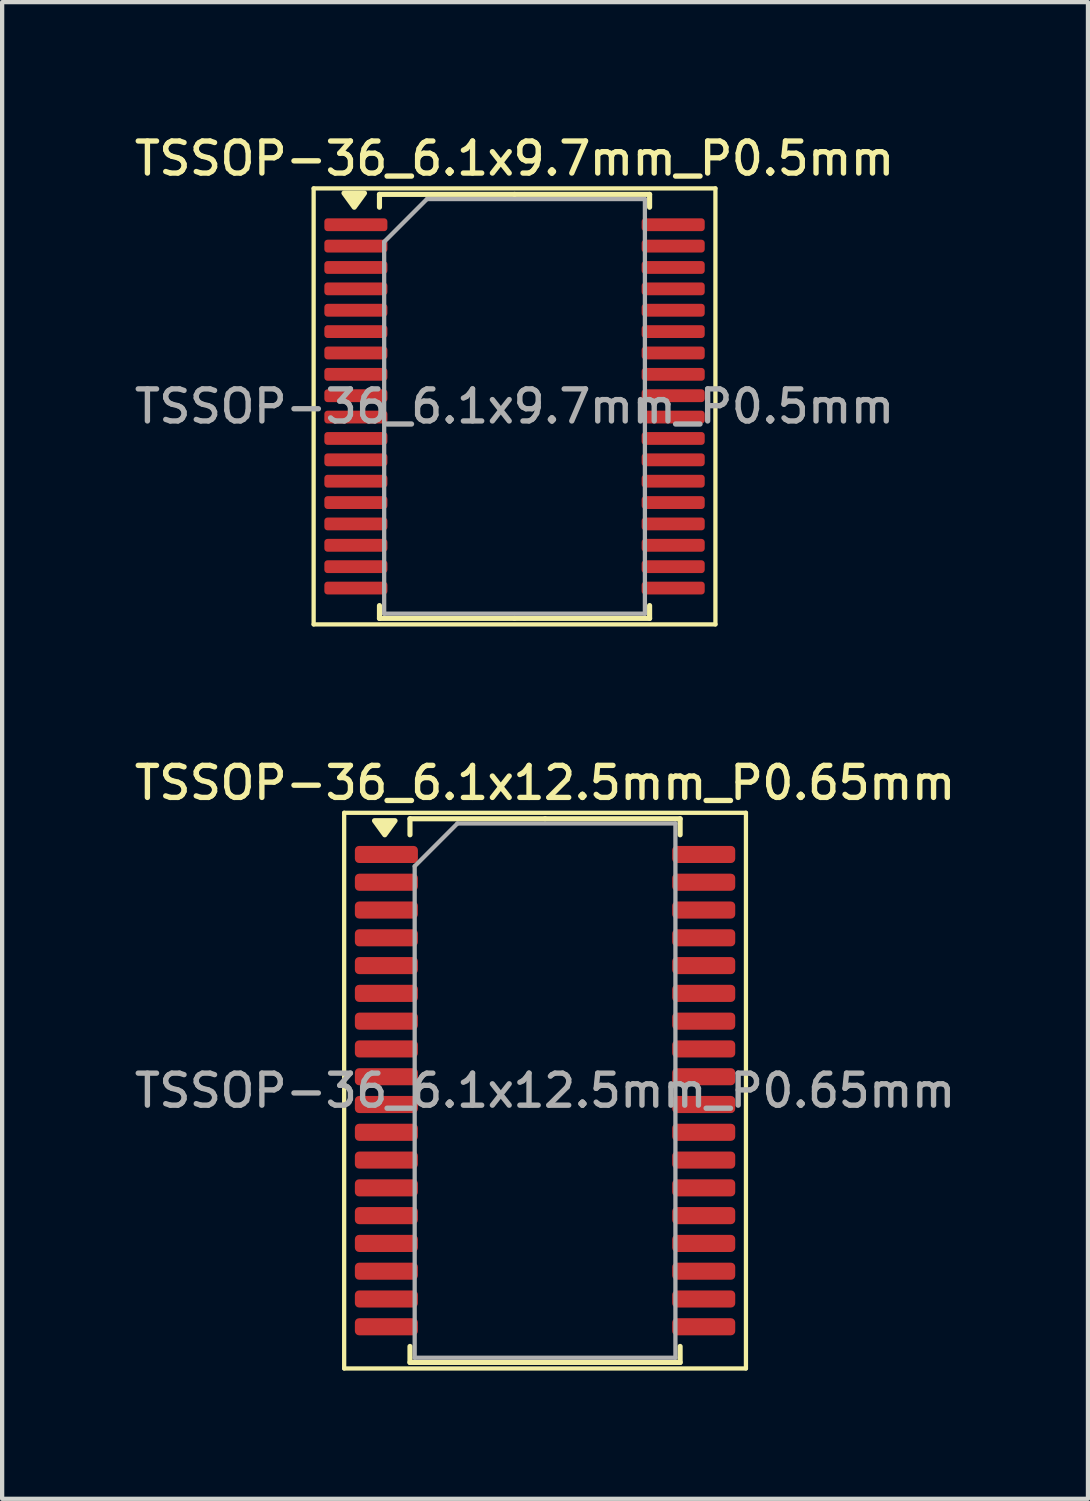
<source format=kicad_pcb>
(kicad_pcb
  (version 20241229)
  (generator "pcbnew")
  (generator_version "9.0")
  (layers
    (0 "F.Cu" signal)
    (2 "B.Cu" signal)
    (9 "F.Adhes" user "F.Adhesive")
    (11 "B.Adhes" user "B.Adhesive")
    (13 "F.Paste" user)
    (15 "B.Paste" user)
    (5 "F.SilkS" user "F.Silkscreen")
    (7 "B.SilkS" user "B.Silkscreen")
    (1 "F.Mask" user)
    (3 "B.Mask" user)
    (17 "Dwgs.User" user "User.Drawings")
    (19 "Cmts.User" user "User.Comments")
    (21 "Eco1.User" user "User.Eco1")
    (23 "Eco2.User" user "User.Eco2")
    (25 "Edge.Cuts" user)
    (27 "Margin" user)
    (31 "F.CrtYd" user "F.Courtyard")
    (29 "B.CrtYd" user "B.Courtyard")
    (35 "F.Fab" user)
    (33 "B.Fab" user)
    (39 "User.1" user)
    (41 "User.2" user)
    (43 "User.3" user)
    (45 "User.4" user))
  (footprint "TSSOP-36_6.1x9.7mm_P0.5mm"
    (layer "F.Cu")
    (at 8.988 6.458)
    (property "Reference" "TSSOP-36_6.1x9.7mm_P0.5mm" (at 0 -5.8 0) (layer "F.SilkS") (effects (font (size 0.75 0.75) (thickness 0.125))))
    (attr smd)
    (fp_line (start -4.7 -5.1) (end -4.7 5.1) (stroke (width 0.1) (type solid)) (layer "F.SilkS"))
    (fp_line (start -4.7 5.1) (end 4.7 5.1) (stroke (width 0.1) (type solid)) (layer "F.SilkS"))
    (fp_line (start -3.16 -4.96) (end -3.16 -4.66) (stroke (width 0.12) (type solid)) (layer "F.SilkS"))
    (fp_line (start -3.16 4.96) (end -3.16 4.66) (stroke (width 0.12) (type solid)) (layer "F.SilkS"))
    (fp_line (start 0 -4.96) (end -3.16 -4.96) (stroke (width 0.12) (type solid)) (layer "F.SilkS"))
    (fp_line (start 0 -4.96) (end 3.16 -4.96) (stroke (width 0.12) (type solid)) (layer "F.SilkS"))
    (fp_line (start 0 4.96) (end -3.16 4.96) (stroke (width 0.12) (type solid)) (layer "F.SilkS"))
    (fp_line (start 0 4.96) (end 3.16 4.96) (stroke (width 0.12) (type solid)) (layer "F.SilkS"))
    (fp_line (start 3.16 -4.96) (end 3.16 -4.66) (stroke (width 0.12) (type solid)) (layer "F.SilkS"))
    (fp_line (start 3.16 4.96) (end 3.16 4.66) (stroke (width 0.12) (type solid)) (layer "F.SilkS"))
    (fp_line (start 4.7 -5.1) (end -4.7 -5.1) (stroke (width 0.1) (type solid)) (layer "F.SilkS"))
    (fp_line (start 4.7 5.1) (end 4.7 -5.1) (stroke (width 0.1) (type solid)) (layer "F.SilkS"))
    (fp_poly (pts (xy -3.75 -4.66) (xy -3.99 -4.99) (xy -3.51 -4.99) (xy -3.75 -4.66)) (stroke (width 0.12) (type solid)) (fill yes) (layer "F.SilkS"))
    (fp_line (start -3.05 -3.85) (end -2.05 -4.85) (stroke (width 0.1) (type solid)) (layer "F.Fab"))
    (fp_line (start -3.05 4.85) (end -3.05 -3.85) (stroke (width 0.1) (type solid)) (layer "F.Fab"))
    (fp_line (start -2.05 -4.85) (end 3.05 -4.85) (stroke (width 0.1) (type solid)) (layer "F.Fab"))
    (fp_line (start 3.05 -4.85) (end 3.05 4.85) (stroke (width 0.1) (type solid)) (layer "F.Fab"))
    (fp_line (start 3.05 4.85) (end -3.05 4.85) (stroke (width 0.1) (type solid)) (layer "F.Fab"))
    (fp_text user "${REFERENCE}" (at 0 0 0) (layer "F.Fab") (effects (font (size 0.75 0.75) (thickness 0.125))))
    (pad "1" smd roundrect (at -3.712 -4.25) (size 1.475 0.3) (layers "F.Cu" "F.Mask" "F.Paste") (roundrect_rratio 0.25))
    (pad "2" smd roundrect (at -3.712 -3.75) (size 1.475 0.3) (layers "F.Cu" "F.Mask" "F.Paste") (roundrect_rratio 0.25))
    (pad "3" smd roundrect (at -3.712 -3.25) (size 1.475 0.3) (layers "F.Cu" "F.Mask" "F.Paste") (roundrect_rratio 0.25))
    (pad "4" smd roundrect (at -3.712 -2.75) (size 1.475 0.3) (layers "F.Cu" "F.Mask" "F.Paste") (roundrect_rratio 0.25))
    (pad "5" smd roundrect (at -3.712 -2.25) (size 1.475 0.3) (layers "F.Cu" "F.Mask" "F.Paste") (roundrect_rratio 0.25))
    (pad "6" smd roundrect (at -3.712 -1.75) (size 1.475 0.3) (layers "F.Cu" "F.Mask" "F.Paste") (roundrect_rratio 0.25))
    (pad "7" smd roundrect (at -3.712 -1.25) (size 1.475 0.3) (layers "F.Cu" "F.Mask" "F.Paste") (roundrect_rratio 0.25))
    (pad "8" smd roundrect (at -3.712 -0.75) (size 1.475 0.3) (layers "F.Cu" "F.Mask" "F.Paste") (roundrect_rratio 0.25))
    (pad "9" smd roundrect (at -3.712 -0.25) (size 1.475 0.3) (layers "F.Cu" "F.Mask" "F.Paste") (roundrect_rratio 0.25))
    (pad "10" smd roundrect (at -3.712 0.25) (size 1.475 0.3) (layers "F.Cu" "F.Mask" "F.Paste") (roundrect_rratio 0.25))
    (pad "11" smd roundrect (at -3.712 0.75) (size 1.475 0.3) (layers "F.Cu" "F.Mask" "F.Paste") (roundrect_rratio 0.25))
    (pad "12" smd roundrect (at -3.712 1.25) (size 1.475 0.3) (layers "F.Cu" "F.Mask" "F.Paste") (roundrect_rratio 0.25))
    (pad "13" smd roundrect (at -3.712 1.75) (size 1.475 0.3) (layers "F.Cu" "F.Mask" "F.Paste") (roundrect_rratio 0.25))
    (pad "14" smd roundrect (at -3.712 2.25) (size 1.475 0.3) (layers "F.Cu" "F.Mask" "F.Paste") (roundrect_rratio 0.25))
    (pad "15" smd roundrect (at -3.712 2.75) (size 1.475 0.3) (layers "F.Cu" "F.Mask" "F.Paste") (roundrect_rratio 0.25))
    (pad "16" smd roundrect (at -3.712 3.25) (size 1.475 0.3) (layers "F.Cu" "F.Mask" "F.Paste") (roundrect_rratio 0.25))
    (pad "17" smd roundrect (at -3.712 3.75) (size 1.475 0.3) (layers "F.Cu" "F.Mask" "F.Paste") (roundrect_rratio 0.25))
    (pad "18" smd roundrect (at -3.712 4.25) (size 1.475 0.3) (layers "F.Cu" "F.Mask" "F.Paste") (roundrect_rratio 0.25))
    (pad "19" smd roundrect (at 3.712 4.25) (size 1.475 0.3) (layers "F.Cu" "F.Mask" "F.Paste") (roundrect_rratio 0.25))
    (pad "20" smd roundrect (at 3.712 3.75) (size 1.475 0.3) (layers "F.Cu" "F.Mask" "F.Paste") (roundrect_rratio 0.25))
    (pad "21" smd roundrect (at 3.712 3.25) (size 1.475 0.3) (layers "F.Cu" "F.Mask" "F.Paste") (roundrect_rratio 0.25))
    (pad "22" smd roundrect (at 3.712 2.75) (size 1.475 0.3) (layers "F.Cu" "F.Mask" "F.Paste") (roundrect_rratio 0.25))
    (pad "23" smd roundrect (at 3.712 2.25) (size 1.475 0.3) (layers "F.Cu" "F.Mask" "F.Paste") (roundrect_rratio 0.25))
    (pad "24" smd roundrect (at 3.712 1.75) (size 1.475 0.3) (layers "F.Cu" "F.Mask" "F.Paste") (roundrect_rratio 0.25))
    (pad "25" smd roundrect (at 3.712 1.25) (size 1.475 0.3) (layers "F.Cu" "F.Mask" "F.Paste") (roundrect_rratio 0.25))
    (pad "26" smd roundrect (at 3.712 0.75) (size 1.475 0.3) (layers "F.Cu" "F.Mask" "F.Paste") (roundrect_rratio 0.25))
    (pad "27" smd roundrect (at 3.712 0.25) (size 1.475 0.3) (layers "F.Cu" "F.Mask" "F.Paste") (roundrect_rratio 0.25))
    (pad "28" smd roundrect (at 3.712 -0.25) (size 1.475 0.3) (layers "F.Cu" "F.Mask" "F.Paste") (roundrect_rratio 0.25))
    (pad "29" smd roundrect (at 3.712 -0.75) (size 1.475 0.3) (layers "F.Cu" "F.Mask" "F.Paste") (roundrect_rratio 0.25))
    (pad "30" smd roundrect (at 3.712 -1.25) (size 1.475 0.3) (layers "F.Cu" "F.Mask" "F.Paste") (roundrect_rratio 0.25))
    (pad "31" smd roundrect (at 3.712 -1.75) (size 1.475 0.3) (layers "F.Cu" "F.Mask" "F.Paste") (roundrect_rratio 0.25))
    (pad "32" smd roundrect (at 3.712 -2.25) (size 1.475 0.3) (layers "F.Cu" "F.Mask" "F.Paste") (roundrect_rratio 0.25))
    (pad "33" smd roundrect (at 3.712 -2.75) (size 1.475 0.3) (layers "F.Cu" "F.Mask" "F.Paste") (roundrect_rratio 0.25))
    (pad "34" smd roundrect (at 3.712 -3.25) (size 1.475 0.3) (layers "F.Cu" "F.Mask" "F.Paste") (roundrect_rratio 0.25))
    (pad "35" smd roundrect (at 3.712 -3.75) (size 1.475 0.3) (layers "F.Cu" "F.Mask" "F.Paste") (roundrect_rratio 0.25))
    (pad "36" smd roundrect (at 3.712 -4.25) (size 1.475 0.3) (layers "F.Cu" "F.Mask" "F.Paste") (roundrect_rratio 0.25)))
  (footprint "TSSOP-36_6.1x12.5mm_P0.65mm"
    (layer "F.Cu")
    (at 9.702 22.466)
    (property "Reference" "TSSOP-36_6.1x12.5mm_P0.65mm" (at 0 -7.2 0) (layer "F.SilkS") (effects (font (size 0.75 0.75) (thickness 0.125))))
    (attr smd)
    (fp_line (start -4.7 -6.5) (end -4.7 6.5) (stroke (width 0.1) (type solid)) (layer "F.SilkS"))
    (fp_line (start -4.7 6.5) (end 4.7 6.5) (stroke (width 0.1) (type solid)) (layer "F.SilkS"))
    (fp_line (start -3.16 -6.36) (end -3.16 -5.985) (stroke (width 0.12) (type solid)) (layer "F.SilkS"))
    (fp_line (start -3.16 6.36) (end -3.16 5.985) (stroke (width 0.12) (type solid)) (layer "F.SilkS"))
    (fp_line (start 0 -6.36) (end -3.16 -6.36) (stroke (width 0.12) (type solid)) (layer "F.SilkS"))
    (fp_line (start 0 -6.36) (end 3.16 -6.36) (stroke (width 0.12) (type solid)) (layer "F.SilkS"))
    (fp_line (start 0 6.36) (end -3.16 6.36) (stroke (width 0.12) (type solid)) (layer "F.SilkS"))
    (fp_line (start 0 6.36) (end 3.16 6.36) (stroke (width 0.12) (type solid)) (layer "F.SilkS"))
    (fp_line (start 3.16 -6.36) (end 3.16 -5.985) (stroke (width 0.12) (type solid)) (layer "F.SilkS"))
    (fp_line (start 3.16 6.36) (end 3.16 5.985) (stroke (width 0.12) (type solid)) (layer "F.SilkS"))
    (fp_line (start 4.7 -6.5) (end -4.7 -6.5) (stroke (width 0.1) (type solid)) (layer "F.SilkS"))
    (fp_line (start 4.7 6.5) (end 4.7 -6.5) (stroke (width 0.1) (type solid)) (layer "F.SilkS"))
    (fp_poly (pts (xy -3.75 -5.985) (xy -3.99 -6.315) (xy -3.51 -6.315) (xy -3.75 -5.985)) (stroke (width 0.12) (type solid)) (fill yes) (layer "F.SilkS"))
    (fp_line (start -3.05 -5.25) (end -2.05 -6.25) (stroke (width 0.1) (type solid)) (layer "F.Fab"))
    (fp_line (start -3.05 6.25) (end -3.05 -5.25) (stroke (width 0.1) (type solid)) (layer "F.Fab"))
    (fp_line (start -2.05 -6.25) (end 3.05 -6.25) (stroke (width 0.1) (type solid)) (layer "F.Fab"))
    (fp_line (start 3.05 -6.25) (end 3.05 6.25) (stroke (width 0.1) (type solid)) (layer "F.Fab"))
    (fp_line (start 3.05 6.25) (end -3.05 6.25) (stroke (width 0.1) (type solid)) (layer "F.Fab"))
    (fp_text user "${REFERENCE}" (at 0 0 0) (layer "F.Fab") (effects (font (size 0.75 0.75) (thickness 0.125))))
    (pad "1" smd roundrect (at -3.712 -5.525) (size 1.475 0.4) (layers "F.Cu" "F.Mask" "F.Paste") (roundrect_rratio 0.25))
    (pad "2" smd roundrect (at -3.712 -4.875) (size 1.475 0.4) (layers "F.Cu" "F.Mask" "F.Paste") (roundrect_rratio 0.25))
    (pad "3" smd roundrect (at -3.712 -4.225) (size 1.475 0.4) (layers "F.Cu" "F.Mask" "F.Paste") (roundrect_rratio 0.25))
    (pad "4" smd roundrect (at -3.712 -3.575) (size 1.475 0.4) (layers "F.Cu" "F.Mask" "F.Paste") (roundrect_rratio 0.25))
    (pad "5" smd roundrect (at -3.712 -2.925) (size 1.475 0.4) (layers "F.Cu" "F.Mask" "F.Paste") (roundrect_rratio 0.25))
    (pad "6" smd roundrect (at -3.712 -2.275) (size 1.475 0.4) (layers "F.Cu" "F.Mask" "F.Paste") (roundrect_rratio 0.25))
    (pad "7" smd roundrect (at -3.712 -1.625) (size 1.475 0.4) (layers "F.Cu" "F.Mask" "F.Paste") (roundrect_rratio 0.25))
    (pad "8" smd roundrect (at -3.712 -0.975) (size 1.475 0.4) (layers "F.Cu" "F.Mask" "F.Paste") (roundrect_rratio 0.25))
    (pad "9" smd roundrect (at -3.712 -0.325) (size 1.475 0.4) (layers "F.Cu" "F.Mask" "F.Paste") (roundrect_rratio 0.25))
    (pad "10" smd roundrect (at -3.712 0.325) (size 1.475 0.4) (layers "F.Cu" "F.Mask" "F.Paste") (roundrect_rratio 0.25))
    (pad "11" smd roundrect (at -3.712 0.975) (size 1.475 0.4) (layers "F.Cu" "F.Mask" "F.Paste") (roundrect_rratio 0.25))
    (pad "12" smd roundrect (at -3.712 1.625) (size 1.475 0.4) (layers "F.Cu" "F.Mask" "F.Paste") (roundrect_rratio 0.25))
    (pad "13" smd roundrect (at -3.712 2.275) (size 1.475 0.4) (layers "F.Cu" "F.Mask" "F.Paste") (roundrect_rratio 0.25))
    (pad "14" smd roundrect (at -3.712 2.925) (size 1.475 0.4) (layers "F.Cu" "F.Mask" "F.Paste") (roundrect_rratio 0.25))
    (pad "15" smd roundrect (at -3.712 3.575) (size 1.475 0.4) (layers "F.Cu" "F.Mask" "F.Paste") (roundrect_rratio 0.25))
    (pad "16" smd roundrect (at -3.712 4.225) (size 1.475 0.4) (layers "F.Cu" "F.Mask" "F.Paste") (roundrect_rratio 0.25))
    (pad "17" smd roundrect (at -3.712 4.875) (size 1.475 0.4) (layers "F.Cu" "F.Mask" "F.Paste") (roundrect_rratio 0.25))
    (pad "18" smd roundrect (at -3.712 5.525) (size 1.475 0.4) (layers "F.Cu" "F.Mask" "F.Paste") (roundrect_rratio 0.25))
    (pad "19" smd roundrect (at 3.712 5.525) (size 1.475 0.4) (layers "F.Cu" "F.Mask" "F.Paste") (roundrect_rratio 0.25))
    (pad "20" smd roundrect (at 3.712 4.875) (size 1.475 0.4) (layers "F.Cu" "F.Mask" "F.Paste") (roundrect_rratio 0.25))
    (pad "21" smd roundrect (at 3.712 4.225) (size 1.475 0.4) (layers "F.Cu" "F.Mask" "F.Paste") (roundrect_rratio 0.25))
    (pad "22" smd roundrect (at 3.712 3.575) (size 1.475 0.4) (layers "F.Cu" "F.Mask" "F.Paste") (roundrect_rratio 0.25))
    (pad "23" smd roundrect (at 3.712 2.925) (size 1.475 0.4) (layers "F.Cu" "F.Mask" "F.Paste") (roundrect_rratio 0.25))
    (pad "24" smd roundrect (at 3.712 2.275) (size 1.475 0.4) (layers "F.Cu" "F.Mask" "F.Paste") (roundrect_rratio 0.25))
    (pad "25" smd roundrect (at 3.712 1.625) (size 1.475 0.4) (layers "F.Cu" "F.Mask" "F.Paste") (roundrect_rratio 0.25))
    (pad "26" smd roundrect (at 3.712 0.975) (size 1.475 0.4) (layers "F.Cu" "F.Mask" "F.Paste") (roundrect_rratio 0.25))
    (pad "27" smd roundrect (at 3.712 0.325) (size 1.475 0.4) (layers "F.Cu" "F.Mask" "F.Paste") (roundrect_rratio 0.25))
    (pad "28" smd roundrect (at 3.712 -0.325) (size 1.475 0.4) (layers "F.Cu" "F.Mask" "F.Paste") (roundrect_rratio 0.25))
    (pad "29" smd roundrect (at 3.712 -0.975) (size 1.475 0.4) (layers "F.Cu" "F.Mask" "F.Paste") (roundrect_rratio 0.25))
    (pad "30" smd roundrect (at 3.712 -1.625) (size 1.475 0.4) (layers "F.Cu" "F.Mask" "F.Paste") (roundrect_rratio 0.25))
    (pad "31" smd roundrect (at 3.712 -2.275) (size 1.475 0.4) (layers "F.Cu" "F.Mask" "F.Paste") (roundrect_rratio 0.25))
    (pad "32" smd roundrect (at 3.712 -2.925) (size 1.475 0.4) (layers "F.Cu" "F.Mask" "F.Paste") (roundrect_rratio 0.25))
    (pad "33" smd roundrect (at 3.712 -3.575) (size 1.475 0.4) (layers "F.Cu" "F.Mask" "F.Paste") (roundrect_rratio 0.25))
    (pad "34" smd roundrect (at 3.712 -4.225) (size 1.475 0.4) (layers "F.Cu" "F.Mask" "F.Paste") (roundrect_rratio 0.25))
    (pad "35" smd roundrect (at 3.712 -4.875) (size 1.475 0.4) (layers "F.Cu" "F.Mask" "F.Paste") (roundrect_rratio 0.25))
    (pad "36" smd roundrect (at 3.712 -5.525) (size 1.475 0.4) (layers "F.Cu" "F.Mask" "F.Paste") (roundrect_rratio 0.25)))
  (gr_rect
    (start -3 -3)
    (end 22.404 32.016)
    (stroke (width 0.1) (type default))
    (fill no)
    (layer "Edge.Cuts")))
</source>
